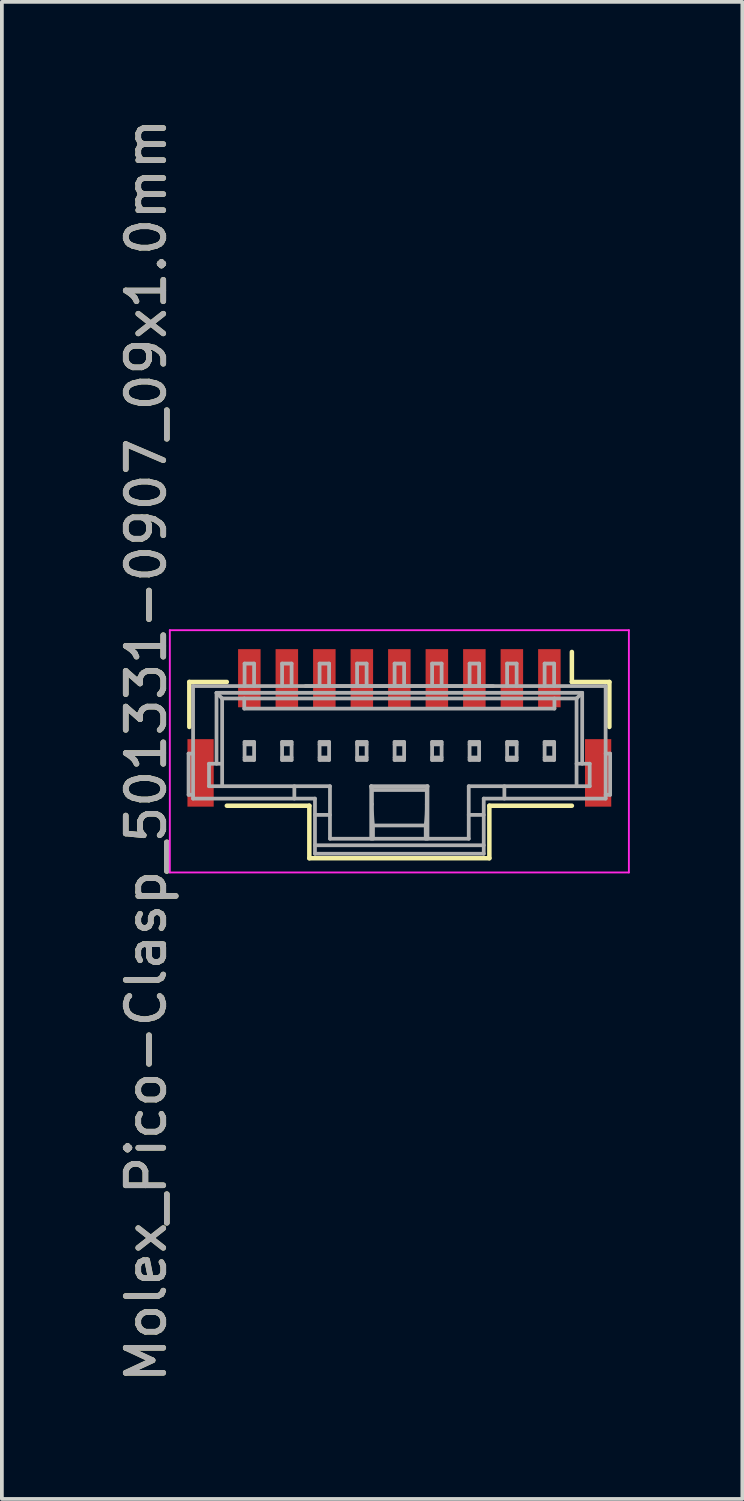
<source format=kicad_pcb>
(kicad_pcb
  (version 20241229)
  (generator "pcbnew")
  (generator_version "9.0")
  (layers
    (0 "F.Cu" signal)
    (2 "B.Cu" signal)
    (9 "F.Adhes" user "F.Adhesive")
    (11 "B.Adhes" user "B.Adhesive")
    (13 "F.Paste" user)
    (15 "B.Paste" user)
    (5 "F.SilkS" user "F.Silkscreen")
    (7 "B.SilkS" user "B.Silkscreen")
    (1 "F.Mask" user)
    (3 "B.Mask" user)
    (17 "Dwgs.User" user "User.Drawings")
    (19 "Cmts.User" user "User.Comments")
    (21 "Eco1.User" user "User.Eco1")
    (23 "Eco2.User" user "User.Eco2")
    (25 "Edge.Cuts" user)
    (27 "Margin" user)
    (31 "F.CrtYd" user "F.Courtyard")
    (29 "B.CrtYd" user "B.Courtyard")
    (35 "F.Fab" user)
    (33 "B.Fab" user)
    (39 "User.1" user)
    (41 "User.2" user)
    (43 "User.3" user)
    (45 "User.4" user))
  (footprint "Molex_Pico-Clasp_501331-0907_09x1.0mm"
    (layer "F.Cu")
    (at 7.598 16.983)
    (property "Reference" "Molex_Pico-Clasp_501331-0907_09x1.0mm" (at -6.75 -0.025 90) (layer "F.SilkS") (effects (font (size 1 1) (thickness 0.15))))
    (attr smd)
    (fp_line (start -5.6 -1.85) (end -4.6 -1.85) (stroke (width 0.12) (type solid)) (layer "F.SilkS"))
    (fp_line (start -5.6 -0.65) (end -5.6 -1.85) (stroke (width 0.12) (type solid)) (layer "F.SilkS"))
    (fp_line (start -2.4 1.45) (end -4.6 1.45) (stroke (width 0.12) (type solid)) (layer "F.SilkS"))
    (fp_line (start -2.4 2.85) (end -2.4 1.45) (stroke (width 0.12) (type solid)) (layer "F.SilkS"))
    (fp_line (start -2.4 2.85) (end 2.4 2.85) (stroke (width 0.12) (type solid)) (layer "F.SilkS"))
    (fp_line (start 2.4 1.45) (end 4.6 1.45) (stroke (width 0.12) (type solid)) (layer "F.SilkS"))
    (fp_line (start 2.4 2.85) (end 2.4 1.45) (stroke (width 0.12) (type solid)) (layer "F.SilkS"))
    (fp_line (start 4.6 -1.85) (end 4.6 -2.65) (stroke (width 0.12) (type solid)) (layer "F.SilkS"))
    (fp_line (start 5.6 -1.85) (end 4.6 -1.85) (stroke (width 0.12) (type solid)) (layer "F.SilkS"))
    (fp_line (start 5.6 -0.65) (end 5.6 -1.85) (stroke (width 0.12) (type solid)) (layer "F.SilkS"))
    (fp_line (start -6.12 -3.23) (end 6.12 -3.23) (stroke (width 0.05) (type solid)) (layer "F.CrtYd"))
    (fp_line (start -6.12 3.23) (end -6.12 -3.23) (stroke (width 0.05) (type solid)) (layer "F.CrtYd"))
    (fp_line (start 6.12 -3.23) (end 6.12 3.23) (stroke (width 0.05) (type solid)) (layer "F.CrtYd"))
    (fp_line (start 6.12 3.23) (end -6.12 3.23) (stroke (width 0.05) (type solid)) (layer "F.CrtYd"))
    (fp_line (start -5.62 0.06) (end -5.62 1.16) (stroke (width 0.1) (type solid)) (layer "F.Fab"))
    (fp_line (start -5.62 0.06) (end -5.5 0.06) (stroke (width 0.1) (type solid)) (layer "F.Fab"))
    (fp_line (start -5.5 -1.74) (end 5.5 -1.74) (stroke (width 0.1) (type solid)) (layer "F.Fab"))
    (fp_line (start -5.5 1.16) (end -5.62 1.16) (stroke (width 0.1) (type solid)) (layer "F.Fab"))
    (fp_line (start -5.5 1.26) (end -5.5 -1.74) (stroke (width 0.1) (type solid)) (layer "F.Fab"))
    (fp_line (start -5.5 1.26) (end -2.25 1.26) (stroke (width 0.1) (type solid)) (layer "F.Fab"))
    (fp_line (start -5.075 0.33) (end -5.075 0.93) (stroke (width 0.1) (type solid)) (layer "F.Fab"))
    (fp_line (start -5.075 0.33) (end -4.725 0.33) (stroke (width 0.1) (type solid)) (layer "F.Fab"))
    (fp_line (start -4.875 -1.56) (end -4.725 -1.41) (stroke (width 0.1) (type solid)) (layer "F.Fab"))
    (fp_line (start -4.875 -1.56) (end 4.875 -1.56) (stroke (width 0.1) (type solid)) (layer "F.Fab"))
    (fp_line (start -4.875 0.33) (end -4.875 -1.56) (stroke (width 0.1) (type solid)) (layer "F.Fab"))
    (fp_line (start -4.725 -1.41) (end 4.725 -1.41) (stroke (width 0.1) (type solid)) (layer "F.Fab"))
    (fp_line (start -4.725 0.93) (end -4.725 -1.41) (stroke (width 0.1) (type solid)) (layer "F.Fab"))
    (fp_line (start -4.135 -1.14) (end -4.135 -1.41) (stroke (width 0.1) (type solid)) (layer "F.Fab"))
    (fp_line (start -4.127 -2.34) (end -3.873 -2.34) (stroke (width 0.1) (type solid)) (layer "F.Fab"))
    (fp_line (start -4.127 -1.74) (end -4.127 -2.34) (stroke (width 0.1) (type solid)) (layer "F.Fab"))
    (fp_line (start -4.127 -0.25) (end -4.127 0.23) (stroke (width 0.1) (type solid)) (layer "F.Fab"))
    (fp_line (start -4.127 -0.25) (end -3.873 -0.25) (stroke (width 0.1) (type solid)) (layer "F.Fab"))
    (fp_line (start -4.127 -0.185) (end -3.873 -0.185) (stroke (width 0.1) (type solid)) (layer "F.Fab"))
    (fp_line (start -4.127 0.165) (end -3.873 0.165) (stroke (width 0.1) (type solid)) (layer "F.Fab"))
    (fp_line (start -4.127 0.23) (end -3.873 0.23) (stroke (width 0.1) (type solid)) (layer "F.Fab"))
    (fp_line (start -3.873 -2.34) (end -3.873 -1.74) (stroke (width 0.1) (type solid)) (layer "F.Fab"))
    (fp_line (start -3.873 -0.25) (end -3.873 0.23) (stroke (width 0.1) (type solid)) (layer "F.Fab"))
    (fp_line (start -3.127 -2.34) (end -3.127 -1.74) (stroke (width 0.1) (type solid)) (layer "F.Fab"))
    (fp_line (start -3.127 -2.34) (end -2.873 -2.34) (stroke (width 0.1) (type solid)) (layer "F.Fab"))
    (fp_line (start -3.127 -0.25) (end -3.127 0.23) (stroke (width 0.1) (type solid)) (layer "F.Fab"))
    (fp_line (start -3.127 -0.25) (end -2.873 -0.25) (stroke (width 0.1) (type solid)) (layer "F.Fab"))
    (fp_line (start -3.127 -0.185) (end -2.873 -0.185) (stroke (width 0.1) (type solid)) (layer "F.Fab"))
    (fp_line (start -3.127 0.165) (end -2.873 0.165) (stroke (width 0.1) (type solid)) (layer "F.Fab"))
    (fp_line (start -3.127 0.23) (end -2.873 0.23) (stroke (width 0.1) (type solid)) (layer "F.Fab"))
    (fp_line (start -2.873 -2.34) (end -2.873 -1.74) (stroke (width 0.1) (type solid)) (layer "F.Fab"))
    (fp_line (start -2.873 -0.25) (end -2.873 0.23) (stroke (width 0.1) (type solid)) (layer "F.Fab"))
    (fp_line (start -2.8 0.93) (end -2.8 1.26) (stroke (width 0.1) (type solid)) (layer "F.Fab"))
    (fp_line (start -2.5 -1.74) (end 2.5 -1.74) (stroke (width 0.1) (type solid)) (layer "F.Fab"))
    (fp_line (start -2.25 1.695) (end -1.85 1.695) (stroke (width 0.1) (type solid)) (layer "F.Fab"))
    (fp_line (start -2.25 2.505) (end 2.25 2.505) (stroke (width 0.1) (type solid)) (layer "F.Fab"))
    (fp_line (start -2.25 2.73) (end -2.25 1.26) (stroke (width 0.1) (type solid)) (layer "F.Fab"))
    (fp_line (start -2.127 -2.34) (end -2.127 -1.74) (stroke (width 0.1) (type solid)) (layer "F.Fab"))
    (fp_line (start -2.127 -2.34) (end -1.873 -2.34) (stroke (width 0.1) (type solid)) (layer "F.Fab"))
    (fp_line (start -2.127 -0.25) (end -2.127 0.23) (stroke (width 0.1) (type solid)) (layer "F.Fab"))
    (fp_line (start -2.127 -0.25) (end -1.873 -0.25) (stroke (width 0.1) (type solid)) (layer "F.Fab"))
    (fp_line (start -2.127 -0.185) (end -1.873 -0.185) (stroke (width 0.1) (type solid)) (layer "F.Fab"))
    (fp_line (start -2.127 0.165) (end -1.873 0.165) (stroke (width 0.1) (type solid)) (layer "F.Fab"))
    (fp_line (start -2.127 0.23) (end -1.873 0.23) (stroke (width 0.1) (type solid)) (layer "F.Fab"))
    (fp_line (start -1.873 -2.34) (end -1.873 -1.74) (stroke (width 0.1) (type solid)) (layer "F.Fab"))
    (fp_line (start -1.873 -0.25) (end -1.873 0.23) (stroke (width 0.1) (type solid)) (layer "F.Fab"))
    (fp_line (start -1.85 0.93) (end -5.075 0.93) (stroke (width 0.1) (type solid)) (layer "F.Fab"))
    (fp_line (start -1.85 0.93) (end -1.85 2.33) (stroke (width 0.1) (type solid)) (layer "F.Fab"))
    (fp_line (start -1.127 -2.34) (end -1.127 -1.74) (stroke (width 0.1) (type solid)) (layer "F.Fab"))
    (fp_line (start -1.127 -2.34) (end -0.873 -2.34) (stroke (width 0.1) (type solid)) (layer "F.Fab"))
    (fp_line (start -1.127 -0.25) (end -1.127 0.23) (stroke (width 0.1) (type solid)) (layer "F.Fab"))
    (fp_line (start -1.127 -0.25) (end -0.873 -0.25) (stroke (width 0.1) (type solid)) (layer "F.Fab"))
    (fp_line (start -1.127 -0.185) (end -0.873 -0.185) (stroke (width 0.1) (type solid)) (layer "F.Fab"))
    (fp_line (start -1.127 0.165) (end -0.873 0.165) (stroke (width 0.1) (type solid)) (layer "F.Fab"))
    (fp_line (start -1.127 0.23) (end -0.873 0.23) (stroke (width 0.1) (type solid)) (layer "F.Fab"))
    (fp_line (start -0.873 -2.34) (end -0.873 -1.74) (stroke (width 0.1) (type solid)) (layer "F.Fab"))
    (fp_line (start -0.873 -0.25) (end -0.873 0.23) (stroke (width 0.1) (type solid)) (layer "F.Fab"))
    (fp_line (start -0.75 0.93) (end -0.731 1.03) (stroke (width 0.1) (type solid)) (layer "F.Fab"))
    (fp_line (start -0.75 0.93) (end 0.75 0.93) (stroke (width 0.1) (type solid)) (layer "F.Fab"))
    (fp_line (start -0.75 2.33) (end -0.75 0.93) (stroke (width 0.1) (type solid)) (layer "F.Fab"))
    (fp_line (start -0.731 1.03) (end 0.731 1.03) (stroke (width 0.1) (type solid)) (layer "F.Fab"))
    (fp_line (start -0.731 1.41) (end -0.731 1.03) (stroke (width 0.1) (type solid)) (layer "F.Fab"))
    (fp_line (start -0.703 1.977) (end -0.703 2.33) (stroke (width 0.1) (type solid)) (layer "F.Fab"))
    (fp_line (start -0.127 -2.34) (end -0.127 -1.74) (stroke (width 0.1) (type solid)) (layer "F.Fab"))
    (fp_line (start -0.127 -2.34) (end 0.127 -2.34) (stroke (width 0.1) (type solid)) (layer "F.Fab"))
    (fp_line (start -0.127 -0.25) (end -0.127 0.23) (stroke (width 0.1) (type solid)) (layer "F.Fab"))
    (fp_line (start -0.127 -0.25) (end 0.127 -0.25) (stroke (width 0.1) (type solid)) (layer "F.Fab"))
    (fp_line (start -0.127 -0.185) (end 0.127 -0.185) (stroke (width 0.1) (type solid)) (layer "F.Fab"))
    (fp_line (start -0.127 0.165) (end 0.127 0.165) (stroke (width 0.1) (type solid)) (layer "F.Fab"))
    (fp_line (start -0.127 0.23) (end 0.127 0.23) (stroke (width 0.1) (type solid)) (layer "F.Fab"))
    (fp_line (start 0.127 -2.34) (end 0.127 -1.74) (stroke (width 0.1) (type solid)) (layer "F.Fab"))
    (fp_line (start 0.127 -0.25) (end 0.127 0.23) (stroke (width 0.1) (type solid)) (layer "F.Fab"))
    (fp_line (start 0.703 1.977) (end -0.703 1.977) (stroke (width 0.1) (type solid)) (layer "F.Fab"))
    (fp_line (start 0.703 2.33) (end 0.703 1.977) (stroke (width 0.1) (type solid)) (layer "F.Fab"))
    (fp_line (start 0.731 1.03) (end 0.75 0.93) (stroke (width 0.1) (type solid)) (layer "F.Fab"))
    (fp_line (start 0.731 1.41) (end 0.731 1.03) (stroke (width 0.1) (type solid)) (layer "F.Fab"))
    (fp_line (start 0.75 0.93) (end 0.75 2.33) (stroke (width 0.1) (type solid)) (layer "F.Fab"))
    (fp_line (start 0.873 -2.34) (end 0.873 -1.74) (stroke (width 0.1) (type solid)) (layer "F.Fab"))
    (fp_line (start 0.873 -2.34) (end 1.127 -2.34) (stroke (width 0.1) (type solid)) (layer "F.Fab"))
    (fp_line (start 0.873 -0.25) (end 0.873 0.23) (stroke (width 0.1) (type solid)) (layer "F.Fab"))
    (fp_line (start 0.873 -0.25) (end 1.127 -0.25) (stroke (width 0.1) (type solid)) (layer "F.Fab"))
    (fp_line (start 0.873 -0.185) (end 1.127 -0.185) (stroke (width 0.1) (type solid)) (layer "F.Fab"))
    (fp_line (start 0.873 0.165) (end 1.127 0.165) (stroke (width 0.1) (type solid)) (layer "F.Fab"))
    (fp_line (start 0.873 0.23) (end 1.127 0.23) (stroke (width 0.1) (type solid)) (layer "F.Fab"))
    (fp_line (start 1.127 -2.34) (end 1.127 -1.74) (stroke (width 0.1) (type solid)) (layer "F.Fab"))
    (fp_line (start 1.127 -0.25) (end 1.127 0.23) (stroke (width 0.1) (type solid)) (layer "F.Fab"))
    (fp_line (start 1.85 1.695) (end 2.25 1.695) (stroke (width 0.1) (type solid)) (layer "F.Fab"))
    (fp_line (start 1.85 2.33) (end -1.85 2.33) (stroke (width 0.1) (type solid)) (layer "F.Fab"))
    (fp_line (start 1.85 2.33) (end 1.85 0.93) (stroke (width 0.1) (type solid)) (layer "F.Fab"))
    (fp_line (start 1.873 -2.34) (end 1.873 -1.74) (stroke (width 0.1) (type solid)) (layer "F.Fab"))
    (fp_line (start 1.873 -2.34) (end 2.127 -2.34) (stroke (width 0.1) (type solid)) (layer "F.Fab"))
    (fp_line (start 1.873 -0.25) (end 1.873 0.23) (stroke (width 0.1) (type solid)) (layer "F.Fab"))
    (fp_line (start 1.873 -0.25) (end 2.127 -0.25) (stroke (width 0.1) (type solid)) (layer "F.Fab"))
    (fp_line (start 1.873 -0.185) (end 2.127 -0.185) (stroke (width 0.1) (type solid)) (layer "F.Fab"))
    (fp_line (start 1.873 0.165) (end 2.127 0.165) (stroke (width 0.1) (type solid)) (layer "F.Fab"))
    (fp_line (start 1.873 0.23) (end 2.127 0.23) (stroke (width 0.1) (type solid)) (layer "F.Fab"))
    (fp_line (start 2.127 -2.34) (end 2.127 -1.74) (stroke (width 0.1) (type solid)) (layer "F.Fab"))
    (fp_line (start 2.127 -0.25) (end 2.127 0.23) (stroke (width 0.1) (type solid)) (layer "F.Fab"))
    (fp_line (start 2.25 1.26) (end 5.5 1.26) (stroke (width 0.1) (type solid)) (layer "F.Fab"))
    (fp_line (start 2.25 2.73) (end -2.25 2.73) (stroke (width 0.1) (type solid)) (layer "F.Fab"))
    (fp_line (start 2.25 2.73) (end 2.25 1.26) (stroke (width 0.1) (type solid)) (layer "F.Fab"))
    (fp_line (start 2.8 1.26) (end 2.8 0.93) (stroke (width 0.1) (type solid)) (layer "F.Fab"))
    (fp_line (start 2.873 -2.34) (end 2.873 -1.74) (stroke (width 0.1) (type solid)) (layer "F.Fab"))
    (fp_line (start 2.873 -2.34) (end 3.127 -2.34) (stroke (width 0.1) (type solid)) (layer "F.Fab"))
    (fp_line (start 2.873 -0.25) (end 2.873 0.23) (stroke (width 0.1) (type solid)) (layer "F.Fab"))
    (fp_line (start 2.873 -0.25) (end 3.127 -0.25) (stroke (width 0.1) (type solid)) (layer "F.Fab"))
    (fp_line (start 2.873 -0.185) (end 3.127 -0.185) (stroke (width 0.1) (type solid)) (layer "F.Fab"))
    (fp_line (start 2.873 0.165) (end 3.127 0.165) (stroke (width 0.1) (type solid)) (layer "F.Fab"))
    (fp_line (start 2.873 0.23) (end 3.127 0.23) (stroke (width 0.1) (type solid)) (layer "F.Fab"))
    (fp_line (start 3.127 -1.74) (end 3.127 -2.34) (stroke (width 0.1) (type solid)) (layer "F.Fab"))
    (fp_line (start 3.127 -0.25) (end 3.127 0.23) (stroke (width 0.1) (type solid)) (layer "F.Fab"))
    (fp_line (start 3.873 -2.34) (end 4.127 -2.34) (stroke (width 0.1) (type solid)) (layer "F.Fab"))
    (fp_line (start 3.873 -1.74) (end 3.873 -2.34) (stroke (width 0.1) (type solid)) (layer "F.Fab"))
    (fp_line (start 3.873 -0.25) (end 3.873 0.23) (stroke (width 0.1) (type solid)) (layer "F.Fab"))
    (fp_line (start 3.873 -0.25) (end 4.127 -0.25) (stroke (width 0.1) (type solid)) (layer "F.Fab"))
    (fp_line (start 3.873 -0.185) (end 4.127 -0.185) (stroke (width 0.1) (type solid)) (layer "F.Fab"))
    (fp_line (start 3.873 0.165) (end 4.127 0.165) (stroke (width 0.1) (type solid)) (layer "F.Fab"))
    (fp_line (start 3.873 0.23) (end 4.127 0.23) (stroke (width 0.1) (type solid)) (layer "F.Fab"))
    (fp_line (start 4.127 -2.34) (end 4.127 -1.74) (stroke (width 0.1) (type solid)) (layer "F.Fab"))
    (fp_line (start 4.127 -0.25) (end 4.127 0.23) (stroke (width 0.1) (type solid)) (layer "F.Fab"))
    (fp_line (start 4.135 -1.14) (end -4.135 -1.14) (stroke (width 0.1) (type solid)) (layer "F.Fab"))
    (fp_line (start 4.135 -1.14) (end 4.135 -1.41) (stroke (width 0.1) (type solid)) (layer "F.Fab"))
    (fp_line (start 4.725 -1.41) (end 4.725 0.93) (stroke (width 0.1) (type solid)) (layer "F.Fab"))
    (fp_line (start 4.725 -1.41) (end 4.875 -1.56) (stroke (width 0.1) (type solid)) (layer "F.Fab"))
    (fp_line (start 4.875 -1.56) (end 4.875 0.33) (stroke (width 0.1) (type solid)) (layer "F.Fab"))
    (fp_line (start 5.075 0.33) (end 4.725 0.33) (stroke (width 0.1) (type solid)) (layer "F.Fab"))
    (fp_line (start 5.075 0.93) (end 1.85 0.93) (stroke (width 0.1) (type solid)) (layer "F.Fab"))
    (fp_line (start 5.075 0.93) (end 5.075 0.33) (stroke (width 0.1) (type solid)) (layer "F.Fab"))
    (fp_line (start 5.5 -1.74) (end 5.5 1.26) (stroke (width 0.1) (type solid)) (layer "F.Fab"))
    (fp_line (start 5.5 0.06) (end 5.62 0.06) (stroke (width 0.1) (type solid)) (layer "F.Fab"))
    (fp_line (start 5.62 1.16) (end 5.5 1.16) (stroke (width 0.1) (type solid)) (layer "F.Fab"))
    (fp_line (start 5.62 1.16) (end 5.62 0.06) (stroke (width 0.1) (type solid)) (layer "F.Fab"))
    (fp_arc (start -0.702818 1.977078) (mid -0.72524 1.693813) (end -0.730742 1.409716) (stroke (width 0.1) (type solid)) (layer "F.Fab"))
    (fp_arc (start 0.730742 1.409717) (mid 0.72524 1.693814) (end 0.702818 1.977079) (stroke (width 0.1) (type solid)) (layer "F.Fab"))
    (fp_text user "${REFERENCE}" (at -6.75 -0.025 90) (layer "F.Fab") (effects (font (size 1 1) (thickness 0.15))))
    (pad "1" smd rect (at 4 -1.95) (size 0.6 1.55) (layers "F.Cu" "F.Mask" "F.Paste"))
    (pad "2" smd rect (at 3 -1.95) (size 0.6 1.55) (layers "F.Cu" "F.Mask" "F.Paste"))
    (pad "3" smd rect (at 2 -1.95) (size 0.6 1.55) (layers "F.Cu" "F.Mask" "F.Paste"))
    (pad "4" smd rect (at 1 -1.95) (size 0.6 1.55) (layers "F.Cu" "F.Mask" "F.Paste"))
    (pad "5" smd rect (at 0 -1.95) (size 0.6 1.55) (layers "F.Cu" "F.Mask" "F.Paste"))
    (pad "6" smd rect (at -1 -1.95) (size 0.6 1.55) (layers "F.Cu" "F.Mask" "F.Paste"))
    (pad "7" smd rect (at -2 -1.95) (size 0.6 1.55) (layers "F.Cu" "F.Mask" "F.Paste"))
    (pad "8" smd rect (at -3 -1.95) (size 0.6 1.55) (layers "F.Cu" "F.Mask" "F.Paste"))
    (pad "9" smd rect (at -4 -1.95) (size 0.6 1.55) (layers "F.Cu" "F.Mask" "F.Paste"))
    (pad "10" smd rect (at -5.3 0.575) (size 0.7 1.8) (layers "F.Cu" "F.Mask" "F.Paste"))
    (pad "10" smd rect (at 5.3 0.575) (size 0.7 1.8) (layers "F.Cu" "F.Mask" "F.Paste")))
  (gr_rect
    (start -3 -3)
    (end 16.743 36.917)
    (stroke (width 0.1) (type default))
    (fill no)
    (layer "Edge.Cuts")))
</source>
